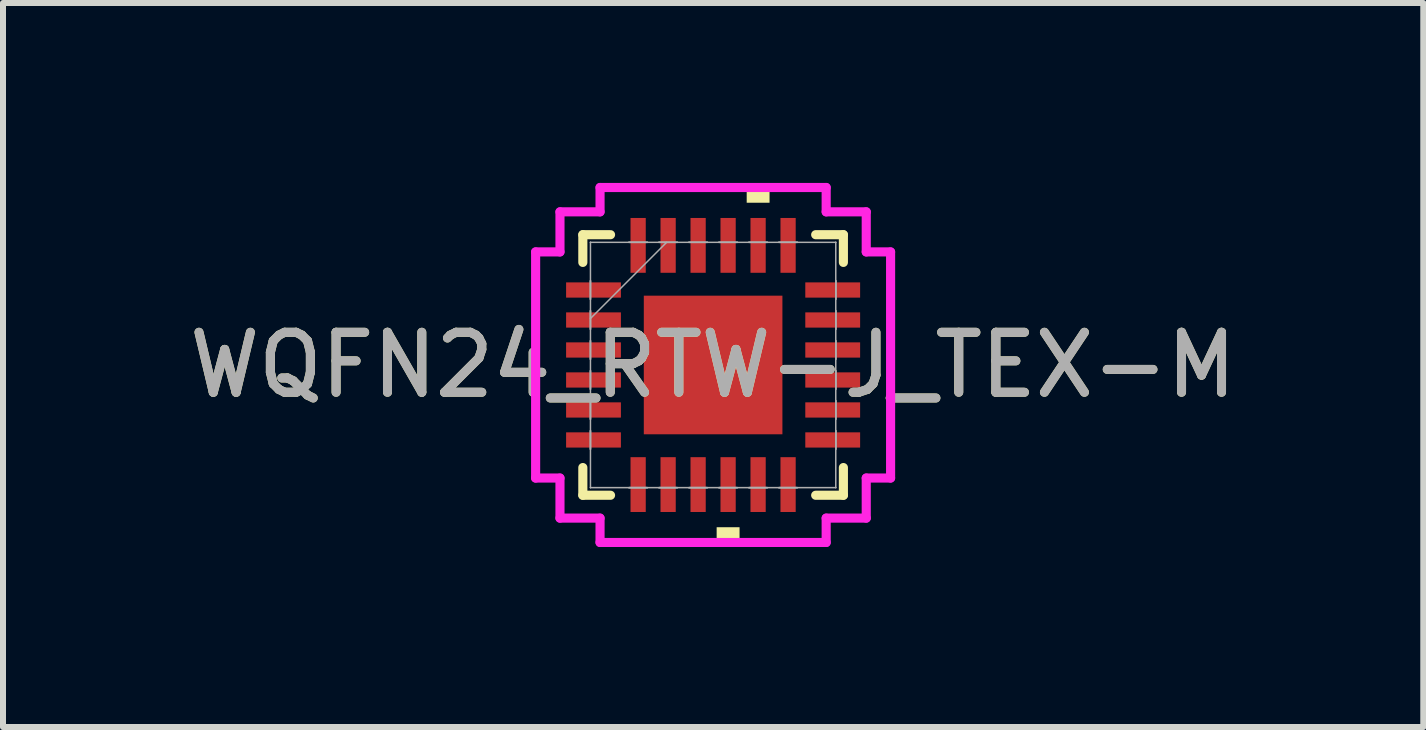
<source format=kicad_pcb>
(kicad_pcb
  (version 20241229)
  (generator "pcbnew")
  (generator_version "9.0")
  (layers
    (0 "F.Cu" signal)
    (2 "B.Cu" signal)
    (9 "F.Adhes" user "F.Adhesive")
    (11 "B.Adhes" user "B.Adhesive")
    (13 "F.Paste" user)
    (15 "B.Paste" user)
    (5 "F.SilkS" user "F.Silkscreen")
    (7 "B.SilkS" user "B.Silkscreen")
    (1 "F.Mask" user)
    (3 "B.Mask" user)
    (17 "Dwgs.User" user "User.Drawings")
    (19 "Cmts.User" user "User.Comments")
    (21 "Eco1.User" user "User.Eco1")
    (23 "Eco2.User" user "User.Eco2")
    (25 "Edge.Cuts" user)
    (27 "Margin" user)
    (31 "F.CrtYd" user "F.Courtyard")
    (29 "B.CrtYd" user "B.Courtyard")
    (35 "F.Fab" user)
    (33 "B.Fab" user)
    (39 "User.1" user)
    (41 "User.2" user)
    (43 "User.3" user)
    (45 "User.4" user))
  (footprint "WQFN24_RTW-J_TEX-M"
    (layer "F.Cu")
    (at 8.839 3.035)
    (property "Reference" "WQFN24_RTW-J_TEX-M" (at 0 0 0) (unlocked yes) (layer "F.SilkS") (effects (font (size 1 1) (thickness 0.15))))
    (attr smd)
    (fp_line (start -2.172 -2.172) (end -2.172 -1.71) (stroke (width 0.152) (type solid)) (layer "F.SilkS"))
    (fp_line (start -2.172 1.71) (end -2.172 2.172) (stroke (width 0.152) (type solid)) (layer "F.SilkS"))
    (fp_line (start -2.172 2.172) (end -1.71 2.172) (stroke (width 0.152) (type solid)) (layer "F.SilkS"))
    (fp_line (start -1.71 -2.172) (end -2.172 -2.172) (stroke (width 0.152) (type solid)) (layer "F.SilkS"))
    (fp_line (start 1.71 2.172) (end 2.172 2.172) (stroke (width 0.152) (type solid)) (layer "F.SilkS"))
    (fp_line (start 2.172 -2.172) (end 1.71 -2.172) (stroke (width 0.152) (type solid)) (layer "F.SilkS"))
    (fp_line (start 2.172 -1.71) (end 2.172 -2.172) (stroke (width 0.152) (type solid)) (layer "F.SilkS"))
    (fp_line (start 2.172 2.172) (end 2.172 1.71) (stroke (width 0.152) (type solid)) (layer "F.SilkS"))
    (fp_poly (pts (xy 0.059 2.705) (xy 0.059 2.959) (xy 0.441 2.959) (xy 0.441 2.705)) (stroke (width 0) (type solid)) (fill yes) (layer "F.SilkS"))
    (fp_poly (pts (xy 0.56 -2.705) (xy 0.56 -2.959) (xy 0.941 -2.959) (xy 0.941 -2.705)) (stroke (width 0) (type solid)) (fill yes) (layer "F.SilkS"))
    (fp_line (start -2.959 -1.885) (end -2.553 -1.885) (stroke (width 0.152) (type solid)) (layer "F.CrtYd"))
    (fp_line (start -2.959 1.885) (end -2.959 -1.885) (stroke (width 0.152) (type solid)) (layer "F.CrtYd"))
    (fp_line (start -2.553 -2.553) (end -1.885 -2.553) (stroke (width 0.152) (type solid)) (layer "F.CrtYd"))
    (fp_line (start -2.553 -1.885) (end -2.553 -2.553) (stroke (width 0.152) (type solid)) (layer "F.CrtYd"))
    (fp_line (start -2.553 1.885) (end -2.959 1.885) (stroke (width 0.152) (type solid)) (layer "F.CrtYd"))
    (fp_line (start -2.553 2.553) (end -2.553 1.885) (stroke (width 0.152) (type solid)) (layer "F.CrtYd"))
    (fp_line (start -1.885 -2.959) (end 1.885 -2.959) (stroke (width 0.152) (type solid)) (layer "F.CrtYd"))
    (fp_line (start -1.885 -2.553) (end -1.885 -2.959) (stroke (width 0.152) (type solid)) (layer "F.CrtYd"))
    (fp_line (start -1.885 2.553) (end -2.553 2.553) (stroke (width 0.152) (type solid)) (layer "F.CrtYd"))
    (fp_line (start -1.885 2.959) (end -1.885 2.553) (stroke (width 0.152) (type solid)) (layer "F.CrtYd"))
    (fp_line (start 1.885 -2.959) (end 1.885 -2.553) (stroke (width 0.152) (type solid)) (layer "F.CrtYd"))
    (fp_line (start 1.885 -2.553) (end 2.553 -2.553) (stroke (width 0.152) (type solid)) (layer "F.CrtYd"))
    (fp_line (start 1.885 2.553) (end 1.885 2.959) (stroke (width 0.152) (type solid)) (layer "F.CrtYd"))
    (fp_line (start 1.885 2.959) (end -1.885 2.959) (stroke (width 0.152) (type solid)) (layer "F.CrtYd"))
    (fp_line (start 2.553 -2.553) (end 2.553 -1.885) (stroke (width 0.152) (type solid)) (layer "F.CrtYd"))
    (fp_line (start 2.553 -1.885) (end 2.959 -1.885) (stroke (width 0.152) (type solid)) (layer "F.CrtYd"))
    (fp_line (start 2.553 1.885) (end 2.553 2.553) (stroke (width 0.152) (type solid)) (layer "F.CrtYd"))
    (fp_line (start 2.553 2.553) (end 1.885 2.553) (stroke (width 0.152) (type solid)) (layer "F.CrtYd"))
    (fp_line (start 2.959 -1.885) (end 2.959 1.885) (stroke (width 0.152) (type solid)) (layer "F.CrtYd"))
    (fp_line (start 2.959 1.885) (end 2.553 1.885) (stroke (width 0.152) (type solid)) (layer "F.CrtYd"))
    (fp_line (start -2.045 -2.045) (end -2.045 -2.045) (stroke (width 0.025) (type solid)) (layer "F.Fab"))
    (fp_line (start -2.045 -2.045) (end -2.045 2.045) (stroke (width 0.025) (type solid)) (layer "F.Fab"))
    (fp_line (start -2.045 -1.402) (end -2.045 -1.402) (stroke (width 0.025) (type solid)) (layer "F.Fab"))
    (fp_line (start -2.045 -1.402) (end -2.045 -1.098) (stroke (width 0.025) (type solid)) (layer "F.Fab"))
    (fp_line (start -2.045 -1.098) (end -2.045 -1.402) (stroke (width 0.025) (type solid)) (layer "F.Fab"))
    (fp_line (start -2.045 -1.098) (end -2.045 -1.098) (stroke (width 0.025) (type solid)) (layer "F.Fab"))
    (fp_line (start -2.045 -0.902) (end -2.045 -0.902) (stroke (width 0.025) (type solid)) (layer "F.Fab"))
    (fp_line (start -2.045 -0.902) (end -2.045 -0.598) (stroke (width 0.025) (type solid)) (layer "F.Fab"))
    (fp_line (start -2.045 -0.775) (end -0.775 -2.045) (stroke (width 0.025) (type solid)) (layer "F.Fab"))
    (fp_line (start -2.045 -0.598) (end -2.045 -0.902) (stroke (width 0.025) (type solid)) (layer "F.Fab"))
    (fp_line (start -2.045 -0.598) (end -2.045 -0.598) (stroke (width 0.025) (type solid)) (layer "F.Fab"))
    (fp_line (start -2.045 -0.402) (end -2.045 -0.402) (stroke (width 0.025) (type solid)) (layer "F.Fab"))
    (fp_line (start -2.045 -0.402) (end -2.045 -0.098) (stroke (width 0.025) (type solid)) (layer "F.Fab"))
    (fp_line (start -2.045 -0.098) (end -2.045 -0.402) (stroke (width 0.025) (type solid)) (layer "F.Fab"))
    (fp_line (start -2.045 -0.098) (end -2.045 -0.098) (stroke (width 0.025) (type solid)) (layer "F.Fab"))
    (fp_line (start -2.045 0.098) (end -2.045 0.098) (stroke (width 0.025) (type solid)) (layer "F.Fab"))
    (fp_line (start -2.045 0.098) (end -2.045 0.402) (stroke (width 0.025) (type solid)) (layer "F.Fab"))
    (fp_line (start -2.045 0.402) (end -2.045 0.098) (stroke (width 0.025) (type solid)) (layer "F.Fab"))
    (fp_line (start -2.045 0.402) (end -2.045 0.402) (stroke (width 0.025) (type solid)) (layer "F.Fab"))
    (fp_line (start -2.045 0.598) (end -2.045 0.598) (stroke (width 0.025) (type solid)) (layer "F.Fab"))
    (fp_line (start -2.045 0.598) (end -2.045 0.902) (stroke (width 0.025) (type solid)) (layer "F.Fab"))
    (fp_line (start -2.045 0.902) (end -2.045 0.598) (stroke (width 0.025) (type solid)) (layer "F.Fab"))
    (fp_line (start -2.045 0.902) (end -2.045 0.902) (stroke (width 0.025) (type solid)) (layer "F.Fab"))
    (fp_line (start -2.045 1.098) (end -2.045 1.098) (stroke (width 0.025) (type solid)) (layer "F.Fab"))
    (fp_line (start -2.045 1.098) (end -2.045 1.402) (stroke (width 0.025) (type solid)) (layer "F.Fab"))
    (fp_line (start -2.045 1.402) (end -2.045 1.098) (stroke (width 0.025) (type solid)) (layer "F.Fab"))
    (fp_line (start -2.045 1.402) (end -2.045 1.402) (stroke (width 0.025) (type solid)) (layer "F.Fab"))
    (fp_line (start -2.045 2.045) (end -2.045 2.045) (stroke (width 0.025) (type solid)) (layer "F.Fab"))
    (fp_line (start -2.045 2.045) (end 2.045 2.045) (stroke (width 0.025) (type solid)) (layer "F.Fab"))
    (fp_line (start -1.402 -2.045) (end -1.402 -2.045) (stroke (width 0.025) (type solid)) (layer "F.Fab"))
    (fp_line (start -1.402 -2.045) (end -1.098 -2.045) (stroke (width 0.025) (type solid)) (layer "F.Fab"))
    (fp_line (start -1.402 2.045) (end -1.402 2.045) (stroke (width 0.025) (type solid)) (layer "F.Fab"))
    (fp_line (start -1.402 2.045) (end -1.098 2.045) (stroke (width 0.025) (type solid)) (layer "F.Fab"))
    (fp_line (start -1.098 -2.045) (end -1.402 -2.045) (stroke (width 0.025) (type solid)) (layer "F.Fab"))
    (fp_line (start -1.098 -2.045) (end -1.098 -2.045) (stroke (width 0.025) (type solid)) (layer "F.Fab"))
    (fp_line (start -1.098 2.045) (end -1.402 2.045) (stroke (width 0.025) (type solid)) (layer "F.Fab"))
    (fp_line (start -1.098 2.045) (end -1.098 2.045) (stroke (width 0.025) (type solid)) (layer "F.Fab"))
    (fp_line (start -0.902 -2.045) (end -0.902 -2.045) (stroke (width 0.025) (type solid)) (layer "F.Fab"))
    (fp_line (start -0.902 -2.045) (end -0.598 -2.045) (stroke (width 0.025) (type solid)) (layer "F.Fab"))
    (fp_line (start -0.902 2.045) (end -0.902 2.045) (stroke (width 0.025) (type solid)) (layer "F.Fab"))
    (fp_line (start -0.902 2.045) (end -0.598 2.045) (stroke (width 0.025) (type solid)) (layer "F.Fab"))
    (fp_line (start -0.598 -2.045) (end -0.902 -2.045) (stroke (width 0.025) (type solid)) (layer "F.Fab"))
    (fp_line (start -0.598 -2.045) (end -0.598 -2.045) (stroke (width 0.025) (type solid)) (layer "F.Fab"))
    (fp_line (start -0.598 2.045) (end -0.902 2.045) (stroke (width 0.025) (type solid)) (layer "F.Fab"))
    (fp_line (start -0.598 2.045) (end -0.598 2.045) (stroke (width 0.025) (type solid)) (layer "F.Fab"))
    (fp_line (start -0.402 -2.045) (end -0.402 -2.045) (stroke (width 0.025) (type solid)) (layer "F.Fab"))
    (fp_line (start -0.402 -2.045) (end -0.098 -2.045) (stroke (width 0.025) (type solid)) (layer "F.Fab"))
    (fp_line (start -0.402 2.045) (end -0.402 2.045) (stroke (width 0.025) (type solid)) (layer "F.Fab"))
    (fp_line (start -0.402 2.045) (end -0.098 2.045) (stroke (width 0.025) (type solid)) (layer "F.Fab"))
    (fp_line (start -0.098 -2.045) (end -0.402 -2.045) (stroke (width 0.025) (type solid)) (layer "F.Fab"))
    (fp_line (start -0.098 -2.045) (end -0.098 -2.045) (stroke (width 0.025) (type solid)) (layer "F.Fab"))
    (fp_line (start -0.098 2.045) (end -0.402 2.045) (stroke (width 0.025) (type solid)) (layer "F.Fab"))
    (fp_line (start -0.098 2.045) (end -0.098 2.045) (stroke (width 0.025) (type solid)) (layer "F.Fab"))
    (fp_line (start 0.098 -2.045) (end 0.098 -2.045) (stroke (width 0.025) (type solid)) (layer "F.Fab"))
    (fp_line (start 0.098 -2.045) (end 0.402 -2.045) (stroke (width 0.025) (type solid)) (layer "F.Fab"))
    (fp_line (start 0.098 2.045) (end 0.098 2.045) (stroke (width 0.025) (type solid)) (layer "F.Fab"))
    (fp_line (start 0.098 2.045) (end 0.402 2.045) (stroke (width 0.025) (type solid)) (layer "F.Fab"))
    (fp_line (start 0.402 -2.045) (end 0.098 -2.045) (stroke (width 0.025) (type solid)) (layer "F.Fab"))
    (fp_line (start 0.402 -2.045) (end 0.402 -2.045) (stroke (width 0.025) (type solid)) (layer "F.Fab"))
    (fp_line (start 0.402 2.045) (end 0.098 2.045) (stroke (width 0.025) (type solid)) (layer "F.Fab"))
    (fp_line (start 0.402 2.045) (end 0.402 2.045) (stroke (width 0.025) (type solid)) (layer "F.Fab"))
    (fp_line (start 0.598 -2.045) (end 0.598 -2.045) (stroke (width 0.025) (type solid)) (layer "F.Fab"))
    (fp_line (start 0.598 -2.045) (end 0.902 -2.045) (stroke (width 0.025) (type solid)) (layer "F.Fab"))
    (fp_line (start 0.598 2.045) (end 0.598 2.045) (stroke (width 0.025) (type solid)) (layer "F.Fab"))
    (fp_line (start 0.598 2.045) (end 0.902 2.045) (stroke (width 0.025) (type solid)) (layer "F.Fab"))
    (fp_line (start 0.902 -2.045) (end 0.598 -2.045) (stroke (width 0.025) (type solid)) (layer "F.Fab"))
    (fp_line (start 0.902 -2.045) (end 0.902 -2.045) (stroke (width 0.025) (type solid)) (layer "F.Fab"))
    (fp_line (start 0.902 2.045) (end 0.598 2.045) (stroke (width 0.025) (type solid)) (layer "F.Fab"))
    (fp_line (start 0.902 2.045) (end 0.902 2.045) (stroke (width 0.025) (type solid)) (layer "F.Fab"))
    (fp_line (start 1.098 -2.045) (end 1.098 -2.045) (stroke (width 0.025) (type solid)) (layer "F.Fab"))
    (fp_line (start 1.098 -2.045) (end 1.402 -2.045) (stroke (width 0.025) (type solid)) (layer "F.Fab"))
    (fp_line (start 1.098 2.045) (end 1.098 2.045) (stroke (width 0.025) (type solid)) (layer "F.Fab"))
    (fp_line (start 1.098 2.045) (end 1.402 2.045) (stroke (width 0.025) (type solid)) (layer "F.Fab"))
    (fp_line (start 1.402 -2.045) (end 1.098 -2.045) (stroke (width 0.025) (type solid)) (layer "F.Fab"))
    (fp_line (start 1.402 -2.045) (end 1.402 -2.045) (stroke (width 0.025) (type solid)) (layer "F.Fab"))
    (fp_line (start 1.402 2.045) (end 1.098 2.045) (stroke (width 0.025) (type solid)) (layer "F.Fab"))
    (fp_line (start 1.402 2.045) (end 1.402 2.045) (stroke (width 0.025) (type solid)) (layer "F.Fab"))
    (fp_line (start 2.045 -2.045) (end -2.045 -2.045) (stroke (width 0.025) (type solid)) (layer "F.Fab"))
    (fp_line (start 2.045 -2.045) (end 2.045 -2.045) (stroke (width 0.025) (type solid)) (layer "F.Fab"))
    (fp_line (start 2.045 -1.402) (end 2.045 -1.402) (stroke (width 0.025) (type solid)) (layer "F.Fab"))
    (fp_line (start 2.045 -1.402) (end 2.045 -1.098) (stroke (width 0.025) (type solid)) (layer "F.Fab"))
    (fp_line (start 2.045 -1.098) (end 2.045 -1.402) (stroke (width 0.025) (type solid)) (layer "F.Fab"))
    (fp_line (start 2.045 -1.098) (end 2.045 -1.098) (stroke (width 0.025) (type solid)) (layer "F.Fab"))
    (fp_line (start 2.045 -0.902) (end 2.045 -0.902) (stroke (width 0.025) (type solid)) (layer "F.Fab"))
    (fp_line (start 2.045 -0.902) (end 2.045 -0.598) (stroke (width 0.025) (type solid)) (layer "F.Fab"))
    (fp_line (start 2.045 -0.598) (end 2.045 -0.902) (stroke (width 0.025) (type solid)) (layer "F.Fab"))
    (fp_line (start 2.045 -0.598) (end 2.045 -0.598) (stroke (width 0.025) (type solid)) (layer "F.Fab"))
    (fp_line (start 2.045 -0.402) (end 2.045 -0.402) (stroke (width 0.025) (type solid)) (layer "F.Fab"))
    (fp_line (start 2.045 -0.402) (end 2.045 -0.098) (stroke (width 0.025) (type solid)) (layer "F.Fab"))
    (fp_line (start 2.045 -0.098) (end 2.045 -0.402) (stroke (width 0.025) (type solid)) (layer "F.Fab"))
    (fp_line (start 2.045 -0.098) (end 2.045 -0.098) (stroke (width 0.025) (type solid)) (layer "F.Fab"))
    (fp_line (start 2.045 0.098) (end 2.045 0.098) (stroke (width 0.025) (type solid)) (layer "F.Fab"))
    (fp_line (start 2.045 0.098) (end 2.045 0.402) (stroke (width 0.025) (type solid)) (layer "F.Fab"))
    (fp_line (start 2.045 0.402) (end 2.045 0.098) (stroke (width 0.025) (type solid)) (layer "F.Fab"))
    (fp_line (start 2.045 0.402) (end 2.045 0.402) (stroke (width 0.025) (type solid)) (layer "F.Fab"))
    (fp_line (start 2.045 0.598) (end 2.045 0.598) (stroke (width 0.025) (type solid)) (layer "F.Fab"))
    (fp_line (start 2.045 0.598) (end 2.045 0.902) (stroke (width 0.025) (type solid)) (layer "F.Fab"))
    (fp_line (start 2.045 0.902) (end 2.045 0.598) (stroke (width 0.025) (type solid)) (layer "F.Fab"))
    (fp_line (start 2.045 0.902) (end 2.045 0.902) (stroke (width 0.025) (type solid)) (layer "F.Fab"))
    (fp_line (start 2.045 1.098) (end 2.045 1.098) (stroke (width 0.025) (type solid)) (layer "F.Fab"))
    (fp_line (start 2.045 1.098) (end 2.045 1.402) (stroke (width 0.025) (type solid)) (layer "F.Fab"))
    (fp_line (start 2.045 1.402) (end 2.045 1.098) (stroke (width 0.025) (type solid)) (layer "F.Fab"))
    (fp_line (start 2.045 1.402) (end 2.045 1.402) (stroke (width 0.025) (type solid)) (layer "F.Fab"))
    (fp_line (start 2.045 2.045) (end 2.045 -2.045) (stroke (width 0.025) (type solid)) (layer "F.Fab"))
    (fp_line (start 2.045 2.045) (end 2.045 2.045) (stroke (width 0.025) (type solid)) (layer "F.Fab"))
    (fp_text user "${REFERENCE}" (at 0 0 0) (unlocked yes) (layer "F.Fab") (effects (font (size 1 1) (thickness 0.15))))
    (pad "1" smd rect (at -1.994 -1.25 90) (size 0.254 0.914) (layers "F.Cu" "F.Mask" "F.Paste"))
    (pad "2" smd rect (at -1.994 -0.75 90) (size 0.254 0.914) (layers "F.Cu" "F.Mask" "F.Paste"))
    (pad "3" smd rect (at -1.994 -0.25 90) (size 0.254 0.914) (layers "F.Cu" "F.Mask" "F.Paste"))
    (pad "4" smd rect (at -1.994 0.25 90) (size 0.254 0.914) (layers "F.Cu" "F.Mask" "F.Paste"))
    (pad "5" smd rect (at -1.994 0.75 90) (size 0.254 0.914) (layers "F.Cu" "F.Mask" "F.Paste"))
    (pad "6" smd rect (at -1.994 1.25 90) (size 0.254 0.914) (layers "F.Cu" "F.Mask" "F.Paste"))
    (pad "7" smd rect (at -1.25 1.994) (size 0.254 0.914) (layers "F.Cu" "F.Mask" "F.Paste"))
    (pad "8" smd rect (at -0.75 1.994) (size 0.254 0.914) (layers "F.Cu" "F.Mask" "F.Paste"))
    (pad "9" smd rect (at -0.25 1.994) (size 0.254 0.914) (layers "F.Cu" "F.Mask" "F.Paste"))
    (pad "10" smd rect (at 0.25 1.994) (size 0.254 0.914) (layers "F.Cu" "F.Mask" "F.Paste"))
    (pad "11" smd rect (at 0.75 1.994) (size 0.254 0.914) (layers "F.Cu" "F.Mask" "F.Paste"))
    (pad "12" smd rect (at 1.25 1.994) (size 0.254 0.914) (layers "F.Cu" "F.Mask" "F.Paste"))
    (pad "13" smd rect (at 1.994 1.25 90) (size 0.254 0.914) (layers "F.Cu" "F.Mask" "F.Paste"))
    (pad "14" smd rect (at 1.994 0.75 90) (size 0.254 0.914) (layers "F.Cu" "F.Mask" "F.Paste"))
    (pad "15" smd rect (at 1.994 0.25 90) (size 0.254 0.914) (layers "F.Cu" "F.Mask" "F.Paste"))
    (pad "16" smd rect (at 1.994 -0.25 90) (size 0.254 0.914) (layers "F.Cu" "F.Mask" "F.Paste"))
    (pad "17" smd rect (at 1.994 -0.75 90) (size 0.254 0.914) (layers "F.Cu" "F.Mask" "F.Paste"))
    (pad "18" smd rect (at 1.994 -1.25 90) (size 0.254 0.914) (layers "F.Cu" "F.Mask" "F.Paste"))
    (pad "19" smd rect (at 1.25 -1.994) (size 0.254 0.914) (layers "F.Cu" "F.Mask" "F.Paste"))
    (pad "20" smd rect (at 0.75 -1.994) (size 0.254 0.914) (layers "F.Cu" "F.Mask" "F.Paste"))
    (pad "21" smd rect (at 0.25 -1.994) (size 0.254 0.914) (layers "F.Cu" "F.Mask" "F.Paste"))
    (pad "22" smd rect (at -0.25 -1.994) (size 0.254 0.914) (layers "F.Cu" "F.Mask" "F.Paste"))
    (pad "23" smd rect (at -0.75 -1.994) (size 0.254 0.914) (layers "F.Cu" "F.Mask" "F.Paste"))
    (pad "24" smd rect (at -1.25 -1.994) (size 0.254 0.914) (layers "F.Cu" "F.Mask" "F.Paste"))
    (pad "25" smd rect (at 0 0) (size 2.311 2.311) (layers "F.Cu" "F.Mask" "F.Paste")))
  (gr_rect
    (start -3 -3)
    (end 20.679 9.071)
    (stroke (width 0.1) (type default))
    (fill no)
    (layer "Edge.Cuts")))
</source>
